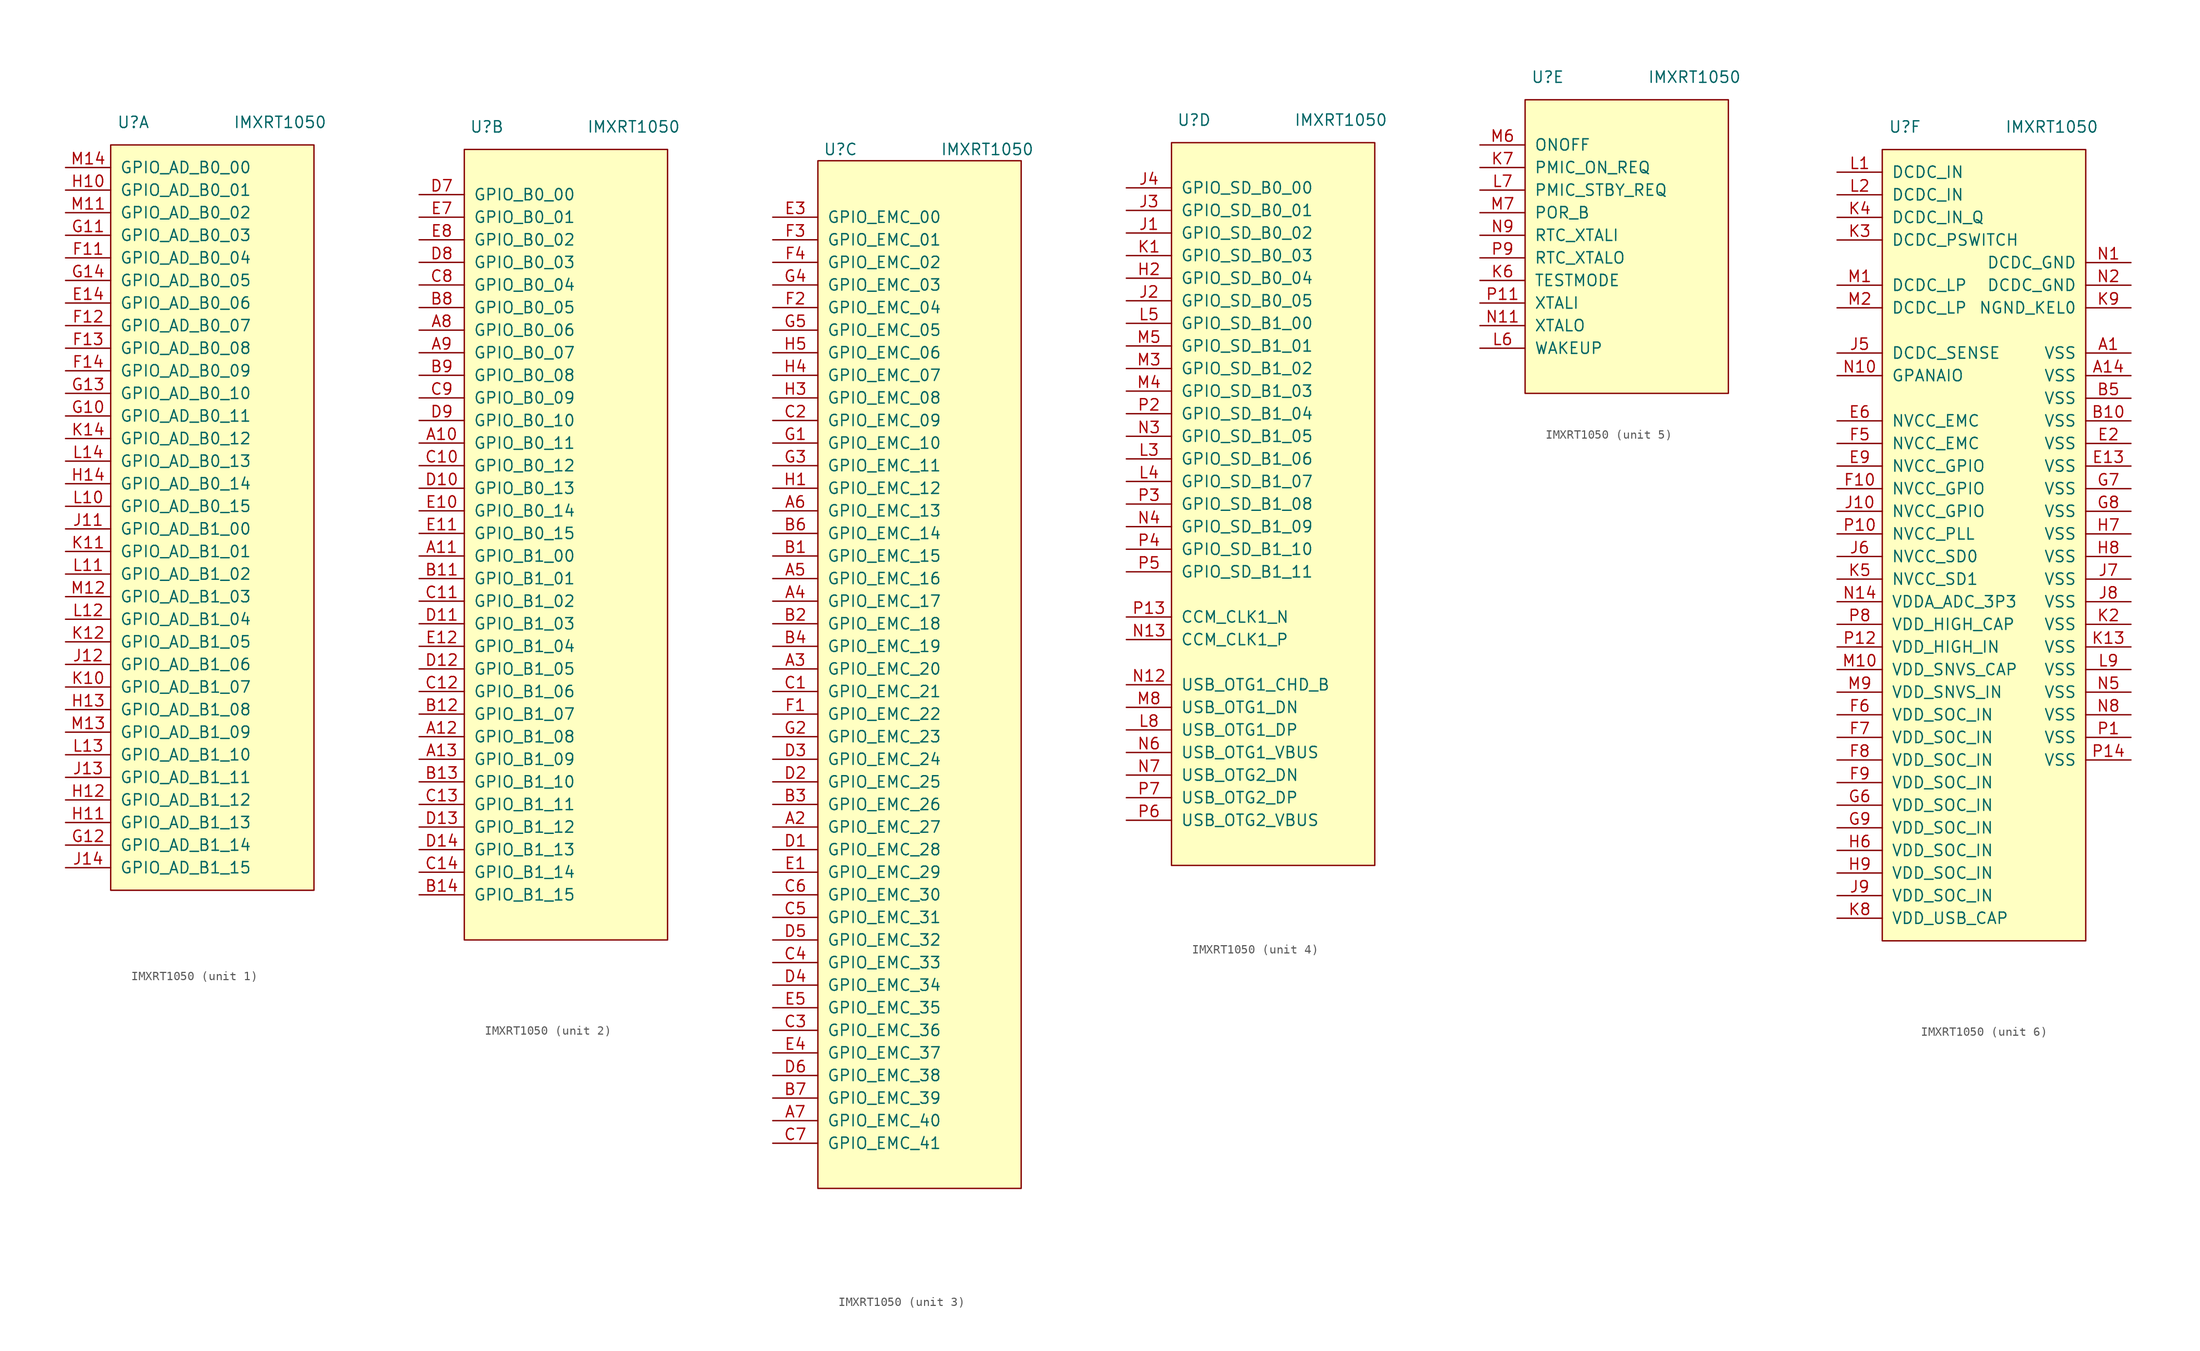
<source format=kicad_sym>
(kicad_symbol_lib
  (version 20201005)
  (generator kicad_symbol_editor)
  (symbol "Sitina:IMXRT1050"
    (pin_names
      (offset 1.016))
    (property "Reference" "U"
      (at -10.16 43.18 0)
      (effects (font (size 1.27 1.27))))
    (property "Value" "IMXRT1050"
      (at 6.35 43.18 0)
      (effects (font (size 1.27 1.27))))
    (property "ki_locked" ""
      (at 0 0 0)
      (effects (font (size 1.27 1.27))))
    (symbol "IMXRT1050_1_1"
      (rectangle (start -12.7 40.64) (end 10.16 -43.18) (stroke (width 0)) (fill (type background)))
      (pin input line (at -17.78 22.86 0) (length 5.08) (name "GPIO_AD_B0_06" (effects (font (size 1.27 1.27)))) (number "E14" (effects (font (size 1.27 1.27)))))
      (pin input line (at -17.78 27.94 0) (length 5.08) (name "GPIO_AD_B0_04" (effects (font (size 1.27 1.27)))) (number "F11" (effects (font (size 1.27 1.27)))))
      (pin input line (at -17.78 20.32 0) (length 5.08) (name "GPIO_AD_B0_07" (effects (font (size 1.27 1.27)))) (number "F12" (effects (font (size 1.27 1.27)))))
      (pin input line (at -17.78 17.78 0) (length 5.08) (name "GPIO_AD_B0_08" (effects (font (size 1.27 1.27)))) (number "F13" (effects (font (size 1.27 1.27)))))
      (pin input line (at -17.78 15.24 0) (length 5.08) (name "GPIO_AD_B0_09" (effects (font (size 1.27 1.27)))) (number "F14" (effects (font (size 1.27 1.27)))))
      (pin input line (at -17.78 10.16 0) (length 5.08) (name "GPIO_AD_B0_11" (effects (font (size 1.27 1.27)))) (number "G10" (effects (font (size 1.27 1.27)))))
      (pin input line (at -17.78 30.48 0) (length 5.08) (name "GPIO_AD_B0_03" (effects (font (size 1.27 1.27)))) (number "G11" (effects (font (size 1.27 1.27)))))
      (pin input line (at -17.78 -38.1 0) (length 5.08) (name "GPIO_AD_B1_14" (effects (font (size 1.27 1.27)))) (number "G12" (effects (font (size 1.27 1.27)))))
      (pin input line (at -17.78 12.7 0) (length 5.08) (name "GPIO_AD_B0_10" (effects (font (size 1.27 1.27)))) (number "G13" (effects (font (size 1.27 1.27)))))
      (pin input line (at -17.78 25.4 0) (length 5.08) (name "GPIO_AD_B0_05" (effects (font (size 1.27 1.27)))) (number "G14" (effects (font (size 1.27 1.27)))))
      (pin input line (at -17.78 35.56 0) (length 5.08) (name "GPIO_AD_B0_01" (effects (font (size 1.27 1.27)))) (number "H10" (effects (font (size 1.27 1.27)))))
      (pin input line (at -17.78 -35.56 0) (length 5.08) (name "GPIO_AD_B1_13" (effects (font (size 1.27 1.27)))) (number "H11" (effects (font (size 1.27 1.27)))))
      (pin input line (at -17.78 -33.02 0) (length 5.08) (name "GPIO_AD_B1_12" (effects (font (size 1.27 1.27)))) (number "H12" (effects (font (size 1.27 1.27)))))
      (pin input line (at -17.78 -22.86 0) (length 5.08) (name "GPIO_AD_B1_08" (effects (font (size 1.27 1.27)))) (number "H13" (effects (font (size 1.27 1.27)))))
      (pin input line (at -17.78 2.54 0) (length 5.08) (name "GPIO_AD_B0_14" (effects (font (size 1.27 1.27)))) (number "H14" (effects (font (size 1.27 1.27)))))
      (pin input line (at -17.78 -2.54 0) (length 5.08) (name "GPIO_AD_B1_00" (effects (font (size 1.27 1.27)))) (number "J11" (effects (font (size 1.27 1.27)))))
      (pin input line (at -17.78 -17.78 0) (length 5.08) (name "GPIO_AD_B1_06" (effects (font (size 1.27 1.27)))) (number "J12" (effects (font (size 1.27 1.27)))))
      (pin input line (at -17.78 -30.48 0) (length 5.08) (name "GPIO_AD_B1_11" (effects (font (size 1.27 1.27)))) (number "J13" (effects (font (size 1.27 1.27)))))
      (pin input line (at -17.78 -40.64 0) (length 5.08) (name "GPIO_AD_B1_15" (effects (font (size 1.27 1.27)))) (number "J14" (effects (font (size 1.27 1.27)))))
      (pin input line (at -17.78 -20.32 0) (length 5.08) (name "GPIO_AD_B1_07" (effects (font (size 1.27 1.27)))) (number "K10" (effects (font (size 1.27 1.27)))))
      (pin input line (at -17.78 -5.08 0) (length 5.08) (name "GPIO_AD_B1_01" (effects (font (size 1.27 1.27)))) (number "K11" (effects (font (size 1.27 1.27)))))
      (pin input line (at -17.78 -15.24 0) (length 5.08) (name "GPIO_AD_B1_05" (effects (font (size 1.27 1.27)))) (number "K12" (effects (font (size 1.27 1.27)))))
      (pin input line (at -17.78 7.62 0) (length 5.08) (name "GPIO_AD_B0_12" (effects (font (size 1.27 1.27)))) (number "K14" (effects (font (size 1.27 1.27)))))
      (pin input line (at -17.78 0 0) (length 5.08) (name "GPIO_AD_B0_15" (effects (font (size 1.27 1.27)))) (number "L10" (effects (font (size 1.27 1.27)))))
      (pin input line (at -17.78 -7.62 0) (length 5.08) (name "GPIO_AD_B1_02" (effects (font (size 1.27 1.27)))) (number "L11" (effects (font (size 1.27 1.27)))))
      (pin input line (at -17.78 -12.7 0) (length 5.08) (name "GPIO_AD_B1_04" (effects (font (size 1.27 1.27)))) (number "L12" (effects (font (size 1.27 1.27)))))
      (pin input line (at -17.78 -27.94 0) (length 5.08) (name "GPIO_AD_B1_10" (effects (font (size 1.27 1.27)))) (number "L13" (effects (font (size 1.27 1.27)))))
      (pin input line (at -17.78 5.08 0) (length 5.08) (name "GPIO_AD_B0_13" (effects (font (size 1.27 1.27)))) (number "L14" (effects (font (size 1.27 1.27)))))
      (pin input line (at -17.78 33.02 0) (length 5.08) (name "GPIO_AD_B0_02" (effects (font (size 1.27 1.27)))) (number "M11" (effects (font (size 1.27 1.27)))))
      (pin input line (at -17.78 -10.16 0) (length 5.08) (name "GPIO_AD_B1_03" (effects (font (size 1.27 1.27)))) (number "M12" (effects (font (size 1.27 1.27)))))
      (pin input line (at -17.78 -25.4 0) (length 5.08) (name "GPIO_AD_B1_09" (effects (font (size 1.27 1.27)))) (number "M13" (effects (font (size 1.27 1.27)))))
      (pin input line (at -17.78 38.1 0) (length 5.08) (name "GPIO_AD_B0_00" (effects (font (size 1.27 1.27)))) (number "M14" (effects (font (size 1.27 1.27))))))
    (symbol "IMXRT1050_2_1"
      (rectangle (start -12.7 40.64) (end 10.16 -48.26) (stroke (width 0)) (fill (type background)))
      (pin input line (at -17.78 7.62 0) (length 5.08) (name "GPIO_B0_11" (effects (font (size 1.27 1.27)))) (number "A10" (effects (font (size 1.27 1.27)))))
      (pin input line (at -17.78 -5.08 0) (length 5.08) (name "GPIO_B1_00" (effects (font (size 1.27 1.27)))) (number "A11" (effects (font (size 1.27 1.27)))))
      (pin input line (at -17.78 -25.4 0) (length 5.08) (name "GPIO_B1_08" (effects (font (size 1.27 1.27)))) (number "A12" (effects (font (size 1.27 1.27)))))
      (pin input line (at -17.78 -27.94 0) (length 5.08) (name "GPIO_B1_09" (effects (font (size 1.27 1.27)))) (number "A13" (effects (font (size 1.27 1.27)))))
      (pin input line (at -17.78 20.32 0) (length 5.08) (name "GPIO_B0_06" (effects (font (size 1.27 1.27)))) (number "A8" (effects (font (size 1.27 1.27)))))
      (pin input line (at -17.78 17.78 0) (length 5.08) (name "GPIO_B0_07" (effects (font (size 1.27 1.27)))) (number "A9" (effects (font (size 1.27 1.27)))))
      (pin input line (at -17.78 -7.62 0) (length 5.08) (name "GPIO_B1_01" (effects (font (size 1.27 1.27)))) (number "B11" (effects (font (size 1.27 1.27)))))
      (pin input line (at -17.78 -22.86 0) (length 5.08) (name "GPIO_B1_07" (effects (font (size 1.27 1.27)))) (number "B12" (effects (font (size 1.27 1.27)))))
      (pin input line (at -17.78 -30.48 0) (length 5.08) (name "GPIO_B1_10" (effects (font (size 1.27 1.27)))) (number "B13" (effects (font (size 1.27 1.27)))))
      (pin input line (at -17.78 -43.18 0) (length 5.08) (name "GPIO_B1_15" (effects (font (size 1.27 1.27)))) (number "B14" (effects (font (size 1.27 1.27)))))
      (pin input line (at -17.78 22.86 0) (length 5.08) (name "GPIO_B0_05" (effects (font (size 1.27 1.27)))) (number "B8" (effects (font (size 1.27 1.27)))))
      (pin input line (at -17.78 15.24 0) (length 5.08) (name "GPIO_B0_08" (effects (font (size 1.27 1.27)))) (number "B9" (effects (font (size 1.27 1.27)))))
      (pin input line (at -17.78 5.08 0) (length 5.08) (name "GPIO_B0_12" (effects (font (size 1.27 1.27)))) (number "C10" (effects (font (size 1.27 1.27)))))
      (pin input line (at -17.78 -10.16 0) (length 5.08) (name "GPIO_B1_02" (effects (font (size 1.27 1.27)))) (number "C11" (effects (font (size 1.27 1.27)))))
      (pin input line (at -17.78 -20.32 0) (length 5.08) (name "GPIO_B1_06" (effects (font (size 1.27 1.27)))) (number "C12" (effects (font (size 1.27 1.27)))))
      (pin input line (at -17.78 -33.02 0) (length 5.08) (name "GPIO_B1_11" (effects (font (size 1.27 1.27)))) (number "C13" (effects (font (size 1.27 1.27)))))
      (pin input line (at -17.78 -40.64 0) (length 5.08) (name "GPIO_B1_14" (effects (font (size 1.27 1.27)))) (number "C14" (effects (font (size 1.27 1.27)))))
      (pin input line (at -17.78 25.4 0) (length 5.08) (name "GPIO_B0_04" (effects (font (size 1.27 1.27)))) (number "C8" (effects (font (size 1.27 1.27)))))
      (pin input line (at -17.78 12.7 0) (length 5.08) (name "GPIO_B0_09" (effects (font (size 1.27 1.27)))) (number "C9" (effects (font (size 1.27 1.27)))))
      (pin input line (at -17.78 2.54 0) (length 5.08) (name "GPIO_B0_13" (effects (font (size 1.27 1.27)))) (number "D10" (effects (font (size 1.27 1.27)))))
      (pin input line (at -17.78 -12.7 0) (length 5.08) (name "GPIO_B1_03" (effects (font (size 1.27 1.27)))) (number "D11" (effects (font (size 1.27 1.27)))))
      (pin input line (at -17.78 -17.78 0) (length 5.08) (name "GPIO_B1_05" (effects (font (size 1.27 1.27)))) (number "D12" (effects (font (size 1.27 1.27)))))
      (pin input line (at -17.78 -35.56 0) (length 5.08) (name "GPIO_B1_12" (effects (font (size 1.27 1.27)))) (number "D13" (effects (font (size 1.27 1.27)))))
      (pin input line (at -17.78 -38.1 0) (length 5.08) (name "GPIO_B1_13" (effects (font (size 1.27 1.27)))) (number "D14" (effects (font (size 1.27 1.27)))))
      (pin input line (at -17.78 35.56 0) (length 5.08) (name "GPIO_B0_00" (effects (font (size 1.27 1.27)))) (number "D7" (effects (font (size 1.27 1.27)))))
      (pin input line (at -17.78 27.94 0) (length 5.08) (name "GPIO_B0_03" (effects (font (size 1.27 1.27)))) (number "D8" (effects (font (size 1.27 1.27)))))
      (pin input line (at -17.78 10.16 0) (length 5.08) (name "GPIO_B0_10" (effects (font (size 1.27 1.27)))) (number "D9" (effects (font (size 1.27 1.27)))))
      (pin input line (at -17.78 0 0) (length 5.08) (name "GPIO_B0_14" (effects (font (size 1.27 1.27)))) (number "E10" (effects (font (size 1.27 1.27)))))
      (pin input line (at -17.78 -2.54 0) (length 5.08) (name "GPIO_B0_15" (effects (font (size 1.27 1.27)))) (number "E11" (effects (font (size 1.27 1.27)))))
      (pin input line (at -17.78 -15.24 0) (length 5.08) (name "GPIO_B1_04" (effects (font (size 1.27 1.27)))) (number "E12" (effects (font (size 1.27 1.27)))))
      (pin input line (at -17.78 33.02 0) (length 5.08) (name "GPIO_B0_01" (effects (font (size 1.27 1.27)))) (number "E7" (effects (font (size 1.27 1.27)))))
      (pin input line (at -17.78 30.48 0) (length 5.08) (name "GPIO_B0_02" (effects (font (size 1.27 1.27)))) (number "E8" (effects (font (size 1.27 1.27))))))
    (symbol "IMXRT1050_3_1"
      (rectangle (start -12.7 41.91) (end 10.16 -73.66) (stroke (width 0)) (fill (type background)))
      (pin input line (at -17.78 -33.02 0) (length 5.08) (name "GPIO_EMC_27" (effects (font (size 1.27 1.27)))) (number "A2" (effects (font (size 1.27 1.27)))))
      (pin input line (at -17.78 -15.24 0) (length 5.08) (name "GPIO_EMC_20" (effects (font (size 1.27 1.27)))) (number "A3" (effects (font (size 1.27 1.27)))))
      (pin input line (at -17.78 -7.62 0) (length 5.08) (name "GPIO_EMC_17" (effects (font (size 1.27 1.27)))) (number "A4" (effects (font (size 1.27 1.27)))))
      (pin input line (at -17.78 -5.08 0) (length 5.08) (name "GPIO_EMC_16" (effects (font (size 1.27 1.27)))) (number "A5" (effects (font (size 1.27 1.27)))))
      (pin input line (at -17.78 2.54 0) (length 5.08) (name "GPIO_EMC_13" (effects (font (size 1.27 1.27)))) (number "A6" (effects (font (size 1.27 1.27)))))
      (pin input line (at -17.78 -66.04 0) (length 5.08) (name "GPIO_EMC_40" (effects (font (size 1.27 1.27)))) (number "A7" (effects (font (size 1.27 1.27)))))
      (pin input line (at -17.78 -2.54 0) (length 5.08) (name "GPIO_EMC_15" (effects (font (size 1.27 1.27)))) (number "B1" (effects (font (size 1.27 1.27)))))
      (pin input line (at -17.78 -10.16 0) (length 5.08) (name "GPIO_EMC_18" (effects (font (size 1.27 1.27)))) (number "B2" (effects (font (size 1.27 1.27)))))
      (pin input line (at -17.78 -30.48 0) (length 5.08) (name "GPIO_EMC_26" (effects (font (size 1.27 1.27)))) (number "B3" (effects (font (size 1.27 1.27)))))
      (pin input line (at -17.78 -12.7 0) (length 5.08) (name "GPIO_EMC_19" (effects (font (size 1.27 1.27)))) (number "B4" (effects (font (size 1.27 1.27)))))
      (pin input line (at -17.78 0 0) (length 5.08) (name "GPIO_EMC_14" (effects (font (size 1.27 1.27)))) (number "B6" (effects (font (size 1.27 1.27)))))
      (pin input line (at -17.78 -63.5 0) (length 5.08) (name "GPIO_EMC_39" (effects (font (size 1.27 1.27)))) (number "B7" (effects (font (size 1.27 1.27)))))
      (pin input line (at -17.78 -17.78 0) (length 5.08) (name "GPIO_EMC_21" (effects (font (size 1.27 1.27)))) (number "C1" (effects (font (size 1.27 1.27)))))
      (pin input line (at -17.78 12.7 0) (length 5.08) (name "GPIO_EMC_09" (effects (font (size 1.27 1.27)))) (number "C2" (effects (font (size 1.27 1.27)))))
      (pin input line (at -17.78 -55.88 0) (length 5.08) (name "GPIO_EMC_36" (effects (font (size 1.27 1.27)))) (number "C3" (effects (font (size 1.27 1.27)))))
      (pin input line (at -17.78 -48.26 0) (length 5.08) (name "GPIO_EMC_33" (effects (font (size 1.27 1.27)))) (number "C4" (effects (font (size 1.27 1.27)))))
      (pin input line (at -17.78 -43.18 0) (length 5.08) (name "GPIO_EMC_31" (effects (font (size 1.27 1.27)))) (number "C5" (effects (font (size 1.27 1.27)))))
      (pin input line (at -17.78 -40.64 0) (length 5.08) (name "GPIO_EMC_30" (effects (font (size 1.27 1.27)))) (number "C6" (effects (font (size 1.27 1.27)))))
      (pin input line (at -17.78 -68.58 0) (length 5.08) (name "GPIO_EMC_41" (effects (font (size 1.27 1.27)))) (number "C7" (effects (font (size 1.27 1.27)))))
      (pin input line (at -17.78 -35.56 0) (length 5.08) (name "GPIO_EMC_28" (effects (font (size 1.27 1.27)))) (number "D1" (effects (font (size 1.27 1.27)))))
      (pin input line (at -17.78 -27.94 0) (length 5.08) (name "GPIO_EMC_25" (effects (font (size 1.27 1.27)))) (number "D2" (effects (font (size 1.27 1.27)))))
      (pin input line (at -17.78 -25.4 0) (length 5.08) (name "GPIO_EMC_24" (effects (font (size 1.27 1.27)))) (number "D3" (effects (font (size 1.27 1.27)))))
      (pin input line (at -17.78 -50.8 0) (length 5.08) (name "GPIO_EMC_34" (effects (font (size 1.27 1.27)))) (number "D4" (effects (font (size 1.27 1.27)))))
      (pin input line (at -17.78 -45.72 0) (length 5.08) (name "GPIO_EMC_32" (effects (font (size 1.27 1.27)))) (number "D5" (effects (font (size 1.27 1.27)))))
      (pin input line (at -17.78 -60.96 0) (length 5.08) (name "GPIO_EMC_38" (effects (font (size 1.27 1.27)))) (number "D6" (effects (font (size 1.27 1.27)))))
      (pin input line (at -17.78 -38.1 0) (length 5.08) (name "GPIO_EMC_29" (effects (font (size 1.27 1.27)))) (number "E1" (effects (font (size 1.27 1.27)))))
      (pin input line (at -17.78 35.56 0) (length 5.08) (name "GPIO_EMC_00" (effects (font (size 1.27 1.27)))) (number "E3" (effects (font (size 1.27 1.27)))))
      (pin input line (at -17.78 -58.42 0) (length 5.08) (name "GPIO_EMC_37" (effects (font (size 1.27 1.27)))) (number "E4" (effects (font (size 1.27 1.27)))))
      (pin input line (at -17.78 -53.34 0) (length 5.08) (name "GPIO_EMC_35" (effects (font (size 1.27 1.27)))) (number "E5" (effects (font (size 1.27 1.27)))))
      (pin input line (at -17.78 -20.32 0) (length 5.08) (name "GPIO_EMC_22" (effects (font (size 1.27 1.27)))) (number "F1" (effects (font (size 1.27 1.27)))))
      (pin input line (at -17.78 25.4 0) (length 5.08) (name "GPIO_EMC_04" (effects (font (size 1.27 1.27)))) (number "F2" (effects (font (size 1.27 1.27)))))
      (pin input line (at -17.78 33.02 0) (length 5.08) (name "GPIO_EMC_01" (effects (font (size 1.27 1.27)))) (number "F3" (effects (font (size 1.27 1.27)))))
      (pin input line (at -17.78 30.48 0) (length 5.08) (name "GPIO_EMC_02" (effects (font (size 1.27 1.27)))) (number "F4" (effects (font (size 1.27 1.27)))))
      (pin input line (at -17.78 10.16 0) (length 5.08) (name "GPIO_EMC_10" (effects (font (size 1.27 1.27)))) (number "G1" (effects (font (size 1.27 1.27)))))
      (pin input line (at -17.78 -22.86 0) (length 5.08) (name "GPIO_EMC_23" (effects (font (size 1.27 1.27)))) (number "G2" (effects (font (size 1.27 1.27)))))
      (pin input line (at -17.78 7.62 0) (length 5.08) (name "GPIO_EMC_11" (effects (font (size 1.27 1.27)))) (number "G3" (effects (font (size 1.27 1.27)))))
      (pin input line (at -17.78 27.94 0) (length 5.08) (name "GPIO_EMC_03" (effects (font (size 1.27 1.27)))) (number "G4" (effects (font (size 1.27 1.27)))))
      (pin input line (at -17.78 22.86 0) (length 5.08) (name "GPIO_EMC_05" (effects (font (size 1.27 1.27)))) (number "G5" (effects (font (size 1.27 1.27)))))
      (pin input line (at -17.78 5.08 0) (length 5.08) (name "GPIO_EMC_12" (effects (font (size 1.27 1.27)))) (number "H1" (effects (font (size 1.27 1.27)))))
      (pin input line (at -17.78 15.24 0) (length 5.08) (name "GPIO_EMC_08" (effects (font (size 1.27 1.27)))) (number "H3" (effects (font (size 1.27 1.27)))))
      (pin input line (at -17.78 17.78 0) (length 5.08) (name "GPIO_EMC_07" (effects (font (size 1.27 1.27)))) (number "H4" (effects (font (size 1.27 1.27)))))
      (pin input line (at -17.78 20.32 0) (length 5.08) (name "GPIO_EMC_06" (effects (font (size 1.27 1.27)))) (number "H5" (effects (font (size 1.27 1.27))))))
    (symbol "IMXRT1050_4_1"
      (rectangle (start -12.7 40.64) (end 10.16 -40.64) (stroke (width 0)) (fill (type background)))
      (pin input line (at -17.78 25.4 0) (length 5.08) (name "GPIO_SD_B0_04" (effects (font (size 1.27 1.27)))) (number "H2" (effects (font (size 1.27 1.27)))))
      (pin input line (at -17.78 30.48 0) (length 5.08) (name "GPIO_SD_B0_02" (effects (font (size 1.27 1.27)))) (number "J1" (effects (font (size 1.27 1.27)))))
      (pin input line (at -17.78 22.86 0) (length 5.08) (name "GPIO_SD_B0_05" (effects (font (size 1.27 1.27)))) (number "J2" (effects (font (size 1.27 1.27)))))
      (pin input line (at -17.78 33.02 0) (length 5.08) (name "GPIO_SD_B0_01" (effects (font (size 1.27 1.27)))) (number "J3" (effects (font (size 1.27 1.27)))))
      (pin input line (at -17.78 35.56 0) (length 5.08) (name "GPIO_SD_B0_00" (effects (font (size 1.27 1.27)))) (number "J4" (effects (font (size 1.27 1.27)))))
      (pin input line (at -17.78 27.94 0) (length 5.08) (name "GPIO_SD_B0_03" (effects (font (size 1.27 1.27)))) (number "K1" (effects (font (size 1.27 1.27)))))
      (pin input line (at -17.78 5.08 0) (length 5.08) (name "GPIO_SD_B1_06" (effects (font (size 1.27 1.27)))) (number "L3" (effects (font (size 1.27 1.27)))))
      (pin input line (at -17.78 2.54 0) (length 5.08) (name "GPIO_SD_B1_07" (effects (font (size 1.27 1.27)))) (number "L4" (effects (font (size 1.27 1.27)))))
      (pin input line (at -17.78 20.32 0) (length 5.08) (name "GPIO_SD_B1_00" (effects (font (size 1.27 1.27)))) (number "L5" (effects (font (size 1.27 1.27)))))
      (pin input line (at -17.78 -25.4 0) (length 5.08) (name "USB_OTG1_DP" (effects (font (size 1.27 1.27)))) (number "L8" (effects (font (size 1.27 1.27)))))
      (pin input line (at -17.78 15.24 0) (length 5.08) (name "GPIO_SD_B1_02" (effects (font (size 1.27 1.27)))) (number "M3" (effects (font (size 1.27 1.27)))))
      (pin input line (at -17.78 12.7 0) (length 5.08) (name "GPIO_SD_B1_03" (effects (font (size 1.27 1.27)))) (number "M4" (effects (font (size 1.27 1.27)))))
      (pin input line (at -17.78 17.78 0) (length 5.08) (name "GPIO_SD_B1_01" (effects (font (size 1.27 1.27)))) (number "M5" (effects (font (size 1.27 1.27)))))
      (pin input line (at -17.78 -22.86 0) (length 5.08) (name "USB_OTG1_DN" (effects (font (size 1.27 1.27)))) (number "M8" (effects (font (size 1.27 1.27)))))
      (pin input line (at -17.78 -20.32 0) (length 5.08) (name "USB_OTG1_CHD_B" (effects (font (size 1.27 1.27)))) (number "N12" (effects (font (size 1.27 1.27)))))
      (pin input line (at -17.78 -15.24 0) (length 5.08) (name "CCM_CLK1_P" (effects (font (size 1.27 1.27)))) (number "N13" (effects (font (size 1.27 1.27)))))
      (pin input line (at -17.78 7.62 0) (length 5.08) (name "GPIO_SD_B1_05" (effects (font (size 1.27 1.27)))) (number "N3" (effects (font (size 1.27 1.27)))))
      (pin input line (at -17.78 -2.54 0) (length 5.08) (name "GPIO_SD_B1_09" (effects (font (size 1.27 1.27)))) (number "N4" (effects (font (size 1.27 1.27)))))
      (pin input line (at -17.78 -27.94 0) (length 5.08) (name "USB_OTG1_VBUS" (effects (font (size 1.27 1.27)))) (number "N6" (effects (font (size 1.27 1.27)))))
      (pin input line (at -17.78 -30.48 0) (length 5.08) (name "USB_OTG2_DN" (effects (font (size 1.27 1.27)))) (number "N7" (effects (font (size 1.27 1.27)))))
      (pin input line (at -17.78 -12.7 0) (length 5.08) (name "CCM_CLK1_N" (effects (font (size 1.27 1.27)))) (number "P13" (effects (font (size 1.27 1.27)))))
      (pin input line (at -17.78 10.16 0) (length 5.08) (name "GPIO_SD_B1_04" (effects (font (size 1.27 1.27)))) (number "P2" (effects (font (size 1.27 1.27)))))
      (pin input line (at -17.78 0 0) (length 5.08) (name "GPIO_SD_B1_08" (effects (font (size 1.27 1.27)))) (number "P3" (effects (font (size 1.27 1.27)))))
      (pin input line (at -17.78 -5.08 0) (length 5.08) (name "GPIO_SD_B1_10" (effects (font (size 1.27 1.27)))) (number "P4" (effects (font (size 1.27 1.27)))))
      (pin input line (at -17.78 -7.62 0) (length 5.08) (name "GPIO_SD_B1_11" (effects (font (size 1.27 1.27)))) (number "P5" (effects (font (size 1.27 1.27)))))
      (pin input line (at -17.78 -35.56 0) (length 5.08) (name "USB_OTG2_VBUS" (effects (font (size 1.27 1.27)))) (number "P6" (effects (font (size 1.27 1.27)))))
      (pin input line (at -17.78 -33.02 0) (length 5.08) (name "USB_OTG2_DP" (effects (font (size 1.27 1.27)))) (number "P7" (effects (font (size 1.27 1.27))))))
    (symbol "IMXRT1050_5_1"
      (rectangle (start -12.7 40.64) (end 10.16 7.62) (stroke (width 0)) (fill (type background)))
      (pin input line (at -17.78 20.32 0) (length 5.08) (name "TESTMODE" (effects (font (size 1.27 1.27)))) (number "K6" (effects (font (size 1.27 1.27)))))
      (pin input line (at -17.78 33.02 0) (length 5.08) (name "PMIC_ON_REQ" (effects (font (size 1.27 1.27)))) (number "K7" (effects (font (size 1.27 1.27)))))
      (pin input line (at -17.78 12.7 0) (length 5.08) (name "WAKEUP" (effects (font (size 1.27 1.27)))) (number "L6" (effects (font (size 1.27 1.27)))))
      (pin input line (at -17.78 30.48 0) (length 5.08) (name "PMIC_STBY_REQ" (effects (font (size 1.27 1.27)))) (number "L7" (effects (font (size 1.27 1.27)))))
      (pin input line (at -17.78 35.56 0) (length 5.08) (name "ONOFF" (effects (font (size 1.27 1.27)))) (number "M6" (effects (font (size 1.27 1.27)))))
      (pin input line (at -17.78 27.94 0) (length 5.08) (name "POR_B" (effects (font (size 1.27 1.27)))) (number "M7" (effects (font (size 1.27 1.27)))))
      (pin input line (at -17.78 15.24 0) (length 5.08) (name "XTALO" (effects (font (size 1.27 1.27)))) (number "N11" (effects (font (size 1.27 1.27)))))
      (pin input line (at -17.78 25.4 0) (length 5.08) (name "RTC_XTALI" (effects (font (size 1.27 1.27)))) (number "N9" (effects (font (size 1.27 1.27)))))
      (pin input line (at -17.78 17.78 0) (length 5.08) (name "XTALI" (effects (font (size 1.27 1.27)))) (number "P11" (effects (font (size 1.27 1.27)))))
      (pin input line (at -17.78 22.86 0) (length 5.08) (name "RTC_XTALO" (effects (font (size 1.27 1.27)))) (number "P9" (effects (font (size 1.27 1.27))))))
    (symbol "IMXRT1050_6_1"
      (rectangle (start -12.7 40.64) (end 10.16 -48.26) (stroke (width 0)) (fill (type background)))
      (pin input line (at 15.24 17.78 180) (length 5.08) (name "VSS" (effects (font (size 1.27 1.27)))) (number "A1" (effects (font (size 1.27 1.27)))))
      (pin input line (at 15.24 15.24 180) (length 5.08) (name "VSS" (effects (font (size 1.27 1.27)))) (number "A14" (effects (font (size 1.27 1.27)))))
      (pin input line (at 15.24 10.16 180) (length 5.08) (name "VSS" (effects (font (size 1.27 1.27)))) (number "B10" (effects (font (size 1.27 1.27)))))
      (pin input line (at 15.24 12.7 180) (length 5.08) (name "VSS" (effects (font (size 1.27 1.27)))) (number "B5" (effects (font (size 1.27 1.27)))))
      (pin input line (at 15.24 5.08 180) (length 5.08) (name "VSS" (effects (font (size 1.27 1.27)))) (number "E13" (effects (font (size 1.27 1.27)))))
      (pin input line (at 15.24 7.62 180) (length 5.08) (name "VSS" (effects (font (size 1.27 1.27)))) (number "E2" (effects (font (size 1.27 1.27)))))
      (pin input line (at -17.78 10.16 0) (length 5.08) (name "NVCC_EMC" (effects (font (size 1.27 1.27)))) (number "E6" (effects (font (size 1.27 1.27)))))
      (pin input line (at -17.78 5.08 0) (length 5.08) (name "NVCC_GPIO" (effects (font (size 1.27 1.27)))) (number "E9" (effects (font (size 1.27 1.27)))))
      (pin input line (at -17.78 2.54 0) (length 5.08) (name "NVCC_GPIO" (effects (font (size 1.27 1.27)))) (number "F10" (effects (font (size 1.27 1.27)))))
      (pin input line (at -17.78 7.62 0) (length 5.08) (name "NVCC_EMC" (effects (font (size 1.27 1.27)))) (number "F5" (effects (font (size 1.27 1.27)))))
      (pin input line (at -17.78 -22.86 0) (length 5.08) (name "VDD_SOC_IN" (effects (font (size 1.27 1.27)))) (number "F6" (effects (font (size 1.27 1.27)))))
      (pin input line (at -17.78 -25.4 0) (length 5.08) (name "VDD_SOC_IN" (effects (font (size 1.27 1.27)))) (number "F7" (effects (font (size 1.27 1.27)))))
      (pin input line (at -17.78 -27.94 0) (length 5.08) (name "VDD_SOC_IN" (effects (font (size 1.27 1.27)))) (number "F8" (effects (font (size 1.27 1.27)))))
      (pin input line (at -17.78 -30.48 0) (length 5.08) (name "VDD_SOC_IN" (effects (font (size 1.27 1.27)))) (number "F9" (effects (font (size 1.27 1.27)))))
      (pin input line (at -17.78 -33.02 0) (length 5.08) (name "VDD_SOC_IN" (effects (font (size 1.27 1.27)))) (number "G6" (effects (font (size 1.27 1.27)))))
      (pin input line (at 15.24 2.54 180) (length 5.08) (name "VSS" (effects (font (size 1.27 1.27)))) (number "G7" (effects (font (size 1.27 1.27)))))
      (pin input line (at 15.24 0 180) (length 5.08) (name "VSS" (effects (font (size 1.27 1.27)))) (number "G8" (effects (font (size 1.27 1.27)))))
      (pin input line (at -17.78 -35.56 0) (length 5.08) (name "VDD_SOC_IN" (effects (font (size 1.27 1.27)))) (number "G9" (effects (font (size 1.27 1.27)))))
      (pin input line (at -17.78 -38.1 0) (length 5.08) (name "VDD_SOC_IN" (effects (font (size 1.27 1.27)))) (number "H6" (effects (font (size 1.27 1.27)))))
      (pin input line (at 15.24 -2.54 180) (length 5.08) (name "VSS" (effects (font (size 1.27 1.27)))) (number "H7" (effects (font (size 1.27 1.27)))))
      (pin input line (at 15.24 -5.08 180) (length 5.08) (name "VSS" (effects (font (size 1.27 1.27)))) (number "H8" (effects (font (size 1.27 1.27)))))
      (pin input line (at -17.78 -40.64 0) (length 5.08) (name "VDD_SOC_IN" (effects (font (size 1.27 1.27)))) (number "H9" (effects (font (size 1.27 1.27)))))
      (pin input line (at -17.78 0 0) (length 5.08) (name "NVCC_GPIO" (effects (font (size 1.27 1.27)))) (number "J10" (effects (font (size 1.27 1.27)))))
      (pin input line (at -17.78 17.78 0) (length 5.08) (name "DCDC_SENSE" (effects (font (size 1.27 1.27)))) (number "J5" (effects (font (size 1.27 1.27)))))
      (pin input line (at -17.78 -5.08 0) (length 5.08) (name "NVCC_SD0" (effects (font (size 1.27 1.27)))) (number "J6" (effects (font (size 1.27 1.27)))))
      (pin input line (at 15.24 -7.62 180) (length 5.08) (name "VSS" (effects (font (size 1.27 1.27)))) (number "J7" (effects (font (size 1.27 1.27)))))
      (pin input line (at 15.24 -10.16 180) (length 5.08) (name "VSS" (effects (font (size 1.27 1.27)))) (number "J8" (effects (font (size 1.27 1.27)))))
      (pin input line (at -17.78 -43.18 0) (length 5.08) (name "VDD_SOC_IN" (effects (font (size 1.27 1.27)))) (number "J9" (effects (font (size 1.27 1.27)))))
      (pin input line (at 15.24 -15.24 180) (length 5.08) (name "VSS" (effects (font (size 1.27 1.27)))) (number "K13" (effects (font (size 1.27 1.27)))))
      (pin input line (at 15.24 -12.7 180) (length 5.08) (name "VSS" (effects (font (size 1.27 1.27)))) (number "K2" (effects (font (size 1.27 1.27)))))
      (pin input line (at -17.78 30.48 0) (length 5.08) (name "DCDC_PSWITCH" (effects (font (size 1.27 1.27)))) (number "K3" (effects (font (size 1.27 1.27)))))
      (pin input line (at -17.78 33.02 0) (length 5.08) (name "DCDC_IN_Q" (effects (font (size 1.27 1.27)))) (number "K4" (effects (font (size 1.27 1.27)))))
      (pin input line (at -17.78 -7.62 0) (length 5.08) (name "NVCC_SD1" (effects (font (size 1.27 1.27)))) (number "K5" (effects (font (size 1.27 1.27)))))
      (pin input line (at -17.78 -45.72 0) (length 5.08) (name "VDD_USB_CAP" (effects (font (size 1.27 1.27)))) (number "K8" (effects (font (size 1.27 1.27)))))
      (pin input line (at 15.24 22.86 180) (length 5.08) (name "NGND_KEL0" (effects (font (size 1.27 1.27)))) (number "K9" (effects (font (size 1.27 1.27)))))
      (pin input line (at -17.78 38.1 0) (length 5.08) (name "DCDC_IN" (effects (font (size 1.27 1.27)))) (number "L1" (effects (font (size 1.27 1.27)))))
      (pin input line (at -17.78 35.56 0) (length 5.08) (name "DCDC_IN" (effects (font (size 1.27 1.27)))) (number "L2" (effects (font (size 1.27 1.27)))))
      (pin input line (at 15.24 -17.78 180) (length 5.08) (name "VSS" (effects (font (size 1.27 1.27)))) (number "L9" (effects (font (size 1.27 1.27)))))
      (pin input line (at -17.78 25.4 0) (length 5.08) (name "DCDC_LP" (effects (font (size 1.27 1.27)))) (number "M1" (effects (font (size 1.27 1.27)))))
      (pin input line (at -17.78 -17.78 0) (length 5.08) (name "VDD_SNVS_CAP" (effects (font (size 1.27 1.27)))) (number "M10" (effects (font (size 1.27 1.27)))))
      (pin input line (at -17.78 22.86 0) (length 5.08) (name "DCDC_LP" (effects (font (size 1.27 1.27)))) (number "M2" (effects (font (size 1.27 1.27)))))
      (pin input line (at -17.78 -20.32 0) (length 5.08) (name "VDD_SNVS_IN" (effects (font (size 1.27 1.27)))) (number "M9" (effects (font (size 1.27 1.27)))))
      (pin input line (at 15.24 27.94 180) (length 5.08) (name "DCDC_GND" (effects (font (size 1.27 1.27)))) (number "N1" (effects (font (size 1.27 1.27)))))
      (pin input line (at -17.78 15.24 0) (length 5.08) (name "GPANAIO" (effects (font (size 1.27 1.27)))) (number "N10" (effects (font (size 1.27 1.27)))))
      (pin input line (at -17.78 -10.16 0) (length 5.08) (name "VDDA_ADC_3P3" (effects (font (size 1.27 1.27)))) (number "N14" (effects (font (size 1.27 1.27)))))
      (pin input line (at 15.24 25.4 180) (length 5.08) (name "DCDC_GND" (effects (font (size 1.27 1.27)))) (number "N2" (effects (font (size 1.27 1.27)))))
      (pin input line (at 15.24 -20.32 180) (length 5.08) (name "VSS" (effects (font (size 1.27 1.27)))) (number "N5" (effects (font (size 1.27 1.27)))))
      (pin input line (at 15.24 -22.86 180) (length 5.08) (name "VSS" (effects (font (size 1.27 1.27)))) (number "N8" (effects (font (size 1.27 1.27)))))
      (pin input line (at 15.24 -25.4 180) (length 5.08) (name "VSS" (effects (font (size 1.27 1.27)))) (number "P1" (effects (font (size 1.27 1.27)))))
      (pin input line (at -17.78 -2.54 0) (length 5.08) (name "NVCC_PLL" (effects (font (size 1.27 1.27)))) (number "P10" (effects (font (size 1.27 1.27)))))
      (pin input line (at -17.78 -15.24 0) (length 5.08) (name "VDD_HIGH_IN" (effects (font (size 1.27 1.27)))) (number "P12" (effects (font (size 1.27 1.27)))))
      (pin input line (at 15.24 -27.94 180) (length 5.08) (name "VSS" (effects (font (size 1.27 1.27)))) (number "P14" (effects (font (size 1.27 1.27)))))
      (pin input line (at -17.78 -12.7 0) (length 5.08) (name "VDD_HIGH_CAP" (effects (font (size 1.27 1.27)))) (number "P8" (effects (font (size 1.27 1.27))))))))
</source>
